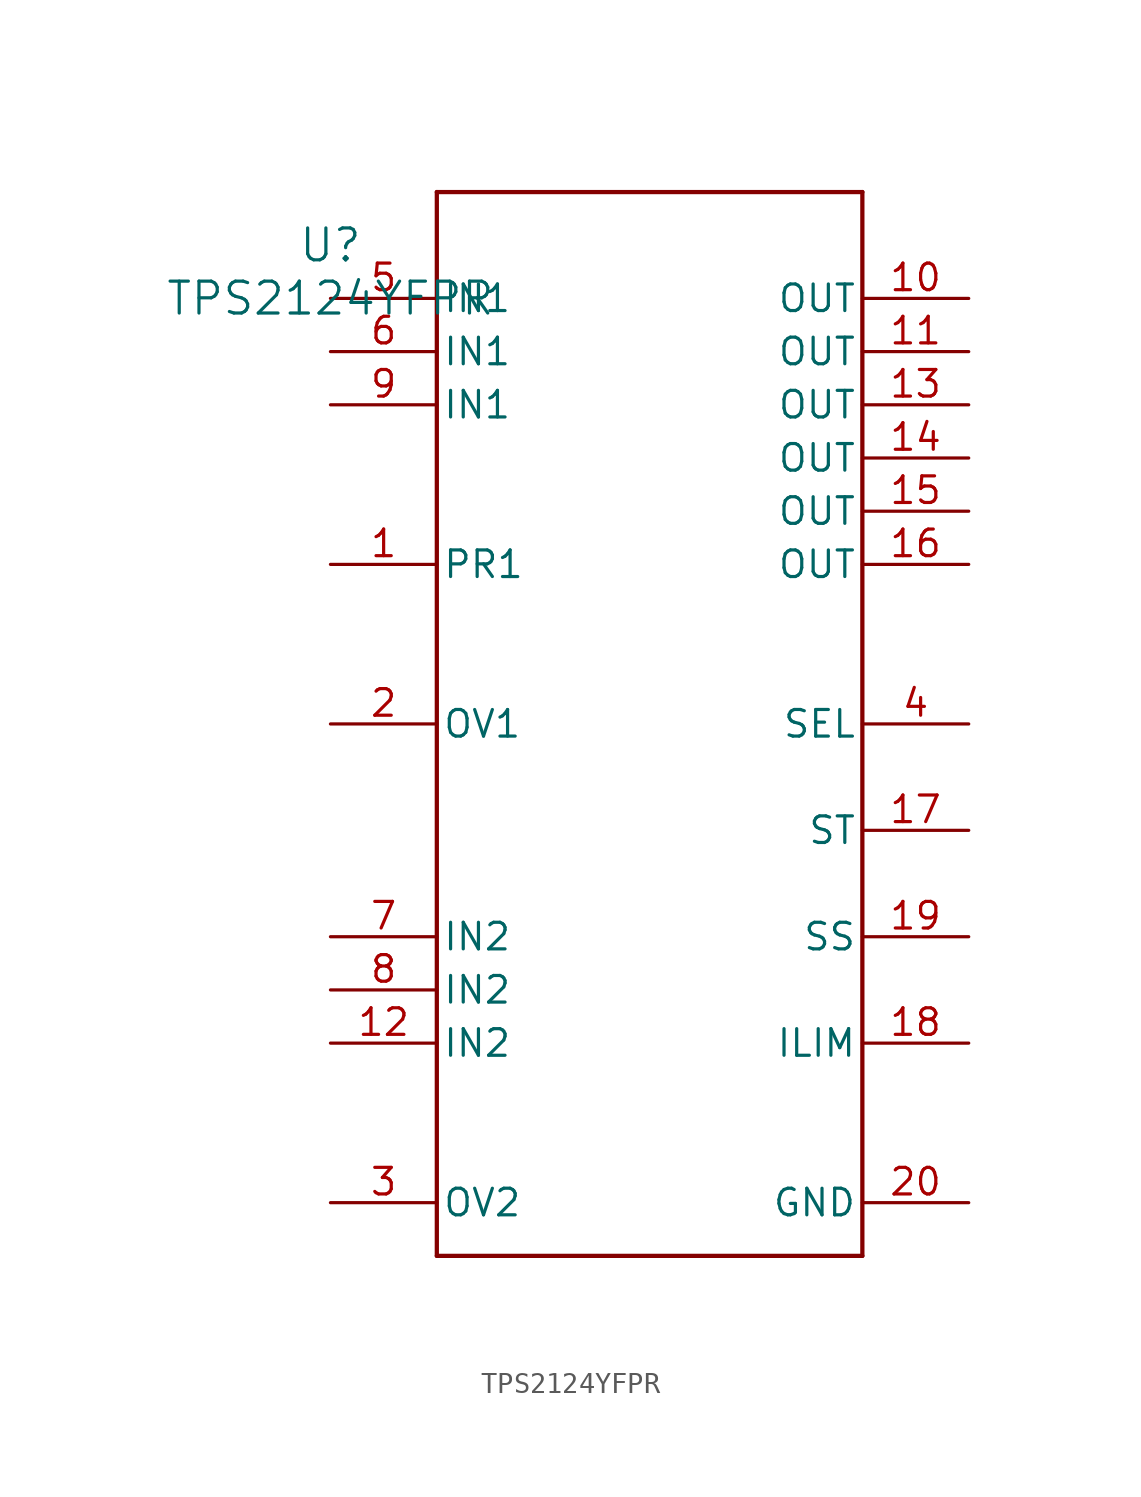
<source format=kicad_sym>
(kicad_symbol_lib
  (version 20211014)
  (generator kicad_symbol_editor)
  (symbol "TPS2124YFPR"
    (pin_names
      (offset 0.254))
    (property "Reference" "U"
      (at 0 2.54 0)
      (effects (font (size 1.524 1.524))))
    (property "Value" "TPS2124YFPR"
      (at 0 0 0)
      (effects (font (size 1.524 1.524))))
    (symbol "TPS2124YFPR_0_1"
      (polyline (pts (xy 5.08 -45.72) (xy 25.4 -45.72)) (stroke (width 0.203) (type default) (color 0 0 0 0)) (fill (type none)))
      (polyline (pts (xy 25.4 -45.72) (xy 25.4 5.08)) (stroke (width 0.203) (type default) (color 0 0 0 0)) (fill (type none)))
      (polyline (pts (xy 25.4 5.08) (xy 5.08 5.08)) (stroke (width 0.203) (type default) (color 0 0 0 0)) (fill (type none)))
      (polyline (pts (xy 5.08 5.08) (xy 5.08 -45.72)) (stroke (width 0.203) (type default) (color 0 0 0 0)) (fill (type none)))
      (pin input line (at 0 -12.7 0) (length 5.08) (name "PR1" (effects (font (size 1.27 1.27)))) (number "1" (effects (font (size 1.27 1.27)))))
      (pin unspecified line (at 0 -20.32 0) (length 5.08) (name "OV1" (effects (font (size 1.27 1.27)))) (number "2" (effects (font (size 1.27 1.27)))))
      (pin unspecified line (at 0 -43.18 0) (length 5.08) (name "OV2" (effects (font (size 1.27 1.27)))) (number "3" (effects (font (size 1.27 1.27)))))
      (pin input line (at 30.48 -20.32 180) (length 5.08) (name "SEL" (effects (font (size 1.27 1.27)))) (number "4" (effects (font (size 1.27 1.27)))))
      (pin power_in line (at 0 0 0) (length 5.08) (name "IN1" (effects (font (size 1.27 1.27)))) (number "5" (effects (font (size 1.27 1.27)))))
      (pin power_in line (at 0 -2.54 0) (length 5.08) (name "IN1" (effects (font (size 1.27 1.27)))) (number "6" (effects (font (size 1.27 1.27)))))
      (pin power_in line (at 0 -30.48 0) (length 5.08) (name "IN2" (effects (font (size 1.27 1.27)))) (number "7" (effects (font (size 1.27 1.27)))))
      (pin power_in line (at 0 -33.02 0) (length 5.08) (name "IN2" (effects (font (size 1.27 1.27)))) (number "8" (effects (font (size 1.27 1.27)))))
      (pin power_in line (at 0 -5.08 0) (length 5.08) (name "IN1" (effects (font (size 1.27 1.27)))) (number "9" (effects (font (size 1.27 1.27)))))
      (pin power_in line (at 30.48 0 180) (length 5.08) (name "OUT" (effects (font (size 1.27 1.27)))) (number "10" (effects (font (size 1.27 1.27)))))
      (pin power_in line (at 30.48 -2.54 180) (length 5.08) (name "OUT" (effects (font (size 1.27 1.27)))) (number "11" (effects (font (size 1.27 1.27)))))
      (pin power_in line (at 0 -35.56 0) (length 5.08) (name "IN2" (effects (font (size 1.27 1.27)))) (number "12" (effects (font (size 1.27 1.27)))))
      (pin power_in line (at 30.48 -5.08 180) (length 5.08) (name "OUT" (effects (font (size 1.27 1.27)))) (number "13" (effects (font (size 1.27 1.27)))))
      (pin power_in line (at 30.48 -7.62 180) (length 5.08) (name "OUT" (effects (font (size 1.27 1.27)))) (number "14" (effects (font (size 1.27 1.27)))))
      (pin power_in line (at 30.48 -10.16 180) (length 5.08) (name "OUT" (effects (font (size 1.27 1.27)))) (number "15" (effects (font (size 1.27 1.27)))))
      (pin power_in line (at 30.48 -12.7 180) (length 5.08) (name "OUT" (effects (font (size 1.27 1.27)))) (number "16" (effects (font (size 1.27 1.27)))))
      (pin output line (at 30.48 -25.4 180) (length 5.08) (name "ST" (effects (font (size 1.27 1.27)))) (number "17" (effects (font (size 1.27 1.27)))))
      (pin unspecified line (at 30.48 -35.56 180) (length 5.08) (name "ILIM" (effects (font (size 1.27 1.27)))) (number "18" (effects (font (size 1.27 1.27)))))
      (pin unspecified line (at 30.48 -30.48 180) (length 5.08) (name "SS" (effects (font (size 1.27 1.27)))) (number "19" (effects (font (size 1.27 1.27)))))
      (pin power_in line (at 30.48 -43.18 180) (length 5.08) (name "GND" (effects (font (size 1.27 1.27)))) (number "20" (effects (font (size 1.27 1.27))))))))
</source>
